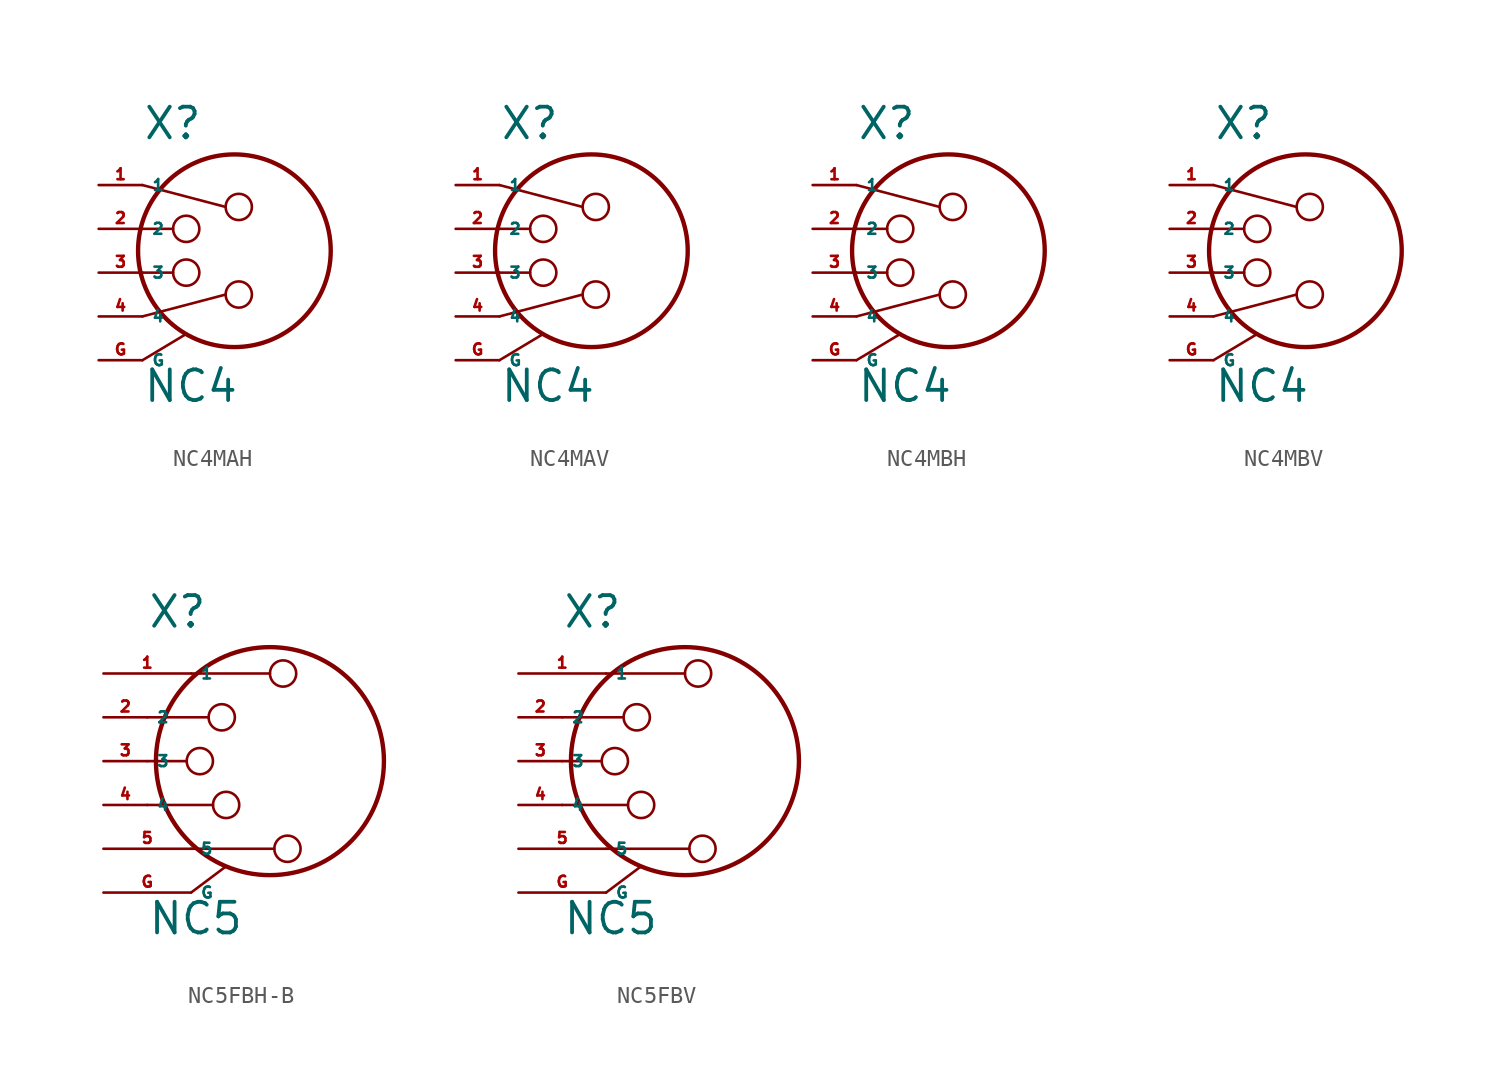
<source format=kicad_sym>
(kicad_symbol_lib
  (version 20220914)
  (generator Eagle2Kicad)
  (symbol "NC4MAH"
    (property "Reference" "X"
      (at -5.08 7.62 0)
      (effects (font (size 1.778 1.778) (thickness 0.22)) (justify left bottom)))
    (property "Value" "NC4"
      (at -5.08 -7.62 0)
      (effects (font (size 1.778 1.778) (thickness 0.22)) (justify left bottom)))
    (polyline
      (pts (xy -5.08 5.08) (xy -0.254 3.81))
      (stroke (width 0.152) (type default))
      (fill (type none)))
    (polyline
      (pts (xy -5.08 -2.54) (xy -0.254 -1.27))
      (stroke (width 0.152) (type default))
      (fill (type none)))
    (polyline
      (pts (xy -5.08 0) (xy -3.302 0))
      (stroke (width 0.152) (type default))
      (fill (type none)))
    (polyline
      (pts (xy -5.08 -5.08) (xy -2.54 -3.556))
      (stroke (width 0.152) (type default))
      (fill (type none)))
    (polyline
      (pts (xy -5.08 2.54) (xy -3.302 2.54))
      (stroke (width 0.152) (type default))
      (fill (type none)))
    (circle
      (center 0.254 1.27)
      (radius 5.588)
      (stroke (width 0.254) (type default))
      (fill (type none)))
    (circle
      (center -2.54 0)
      (radius 0.762)
      (stroke (width 0.152) (type default))
      (fill (type none)))
    (circle
      (center 0.508 3.81)
      (radius 0.762)
      (stroke (width 0.152) (type default))
      (fill (type none)))
    (circle
      (center 0.508 -1.27)
      (radius 0.762)
      (stroke (width 0.152) (type default))
      (fill (type none)))
    (circle
      (center -2.54 2.54)
      (radius 0.762)
      (stroke (width 0.152) (type default))
      (fill (type none)))
    (pin passive line
      (at -7.62 5.08 0)
      (length 2.54)
      (name "1" (effects (font (size 0.635 0.635) (thickness 0.08)) (justify left bottom)))
      (number "1" (effects (font (size 0.635 0.635) (thickness 0.08)) (justify left bottom))))
    (pin passive line
      (at -7.62 2.54 0)
      (length 2.54)
      (name "2" (effects (font (size 0.635 0.635) (thickness 0.08)) (justify left bottom)))
      (number "2" (effects (font (size 0.635 0.635) (thickness 0.08)) (justify left bottom))))
    (pin passive line
      (at -7.62 0 0)
      (length 2.54)
      (name "3" (effects (font (size 0.635 0.635) (thickness 0.08)) (justify left bottom)))
      (number "3" (effects (font (size 0.635 0.635) (thickness 0.08)) (justify left bottom))))
    (pin passive line
      (at -7.62 -5.08 0)
      (length 2.54)
      (name "G" (effects (font (size 0.635 0.635) (thickness 0.08)) (justify left bottom)))
      (number "G" (effects (font (size 0.635 0.635) (thickness 0.08)) (justify left bottom))))
    (pin passive line
      (at -7.62 -2.54 0)
      (length 2.54)
      (name "4" (effects (font (size 0.635 0.635) (thickness 0.08)) (justify left bottom)))
      (number "4" (effects (font (size 0.635 0.635) (thickness 0.08)) (justify left bottom)))))
  (symbol "NC4MAV"
    (property "Reference" "X"
      (at -5.08 7.62 0)
      (effects (font (size 1.778 1.778) (thickness 0.22)) (justify left bottom)))
    (property "Value" "NC4"
      (at -5.08 -7.62 0)
      (effects (font (size 1.778 1.778) (thickness 0.22)) (justify left bottom)))
    (polyline
      (pts (xy -5.08 5.08) (xy -0.254 3.81))
      (stroke (width 0.152) (type default))
      (fill (type none)))
    (polyline
      (pts (xy -5.08 -2.54) (xy -0.254 -1.27))
      (stroke (width 0.152) (type default))
      (fill (type none)))
    (polyline
      (pts (xy -5.08 0) (xy -3.302 0))
      (stroke (width 0.152) (type default))
      (fill (type none)))
    (polyline
      (pts (xy -5.08 -5.08) (xy -2.54 -3.556))
      (stroke (width 0.152) (type default))
      (fill (type none)))
    (polyline
      (pts (xy -5.08 2.54) (xy -3.302 2.54))
      (stroke (width 0.152) (type default))
      (fill (type none)))
    (circle
      (center 0.254 1.27)
      (radius 5.588)
      (stroke (width 0.254) (type default))
      (fill (type none)))
    (circle
      (center -2.54 0)
      (radius 0.762)
      (stroke (width 0.152) (type default))
      (fill (type none)))
    (circle
      (center 0.508 3.81)
      (radius 0.762)
      (stroke (width 0.152) (type default))
      (fill (type none)))
    (circle
      (center 0.508 -1.27)
      (radius 0.762)
      (stroke (width 0.152) (type default))
      (fill (type none)))
    (circle
      (center -2.54 2.54)
      (radius 0.762)
      (stroke (width 0.152) (type default))
      (fill (type none)))
    (pin passive line
      (at -7.62 5.08 0)
      (length 2.54)
      (name "1" (effects (font (size 0.635 0.635) (thickness 0.08)) (justify left bottom)))
      (number "1" (effects (font (size 0.635 0.635) (thickness 0.08)) (justify left bottom))))
    (pin passive line
      (at -7.62 2.54 0)
      (length 2.54)
      (name "2" (effects (font (size 0.635 0.635) (thickness 0.08)) (justify left bottom)))
      (number "2" (effects (font (size 0.635 0.635) (thickness 0.08)) (justify left bottom))))
    (pin passive line
      (at -7.62 0 0)
      (length 2.54)
      (name "3" (effects (font (size 0.635 0.635) (thickness 0.08)) (justify left bottom)))
      (number "3" (effects (font (size 0.635 0.635) (thickness 0.08)) (justify left bottom))))
    (pin passive line
      (at -7.62 -5.08 0)
      (length 2.54)
      (name "G" (effects (font (size 0.635 0.635) (thickness 0.08)) (justify left bottom)))
      (number "G" (effects (font (size 0.635 0.635) (thickness 0.08)) (justify left bottom))))
    (pin passive line
      (at -7.62 -2.54 0)
      (length 2.54)
      (name "4" (effects (font (size 0.635 0.635) (thickness 0.08)) (justify left bottom)))
      (number "4" (effects (font (size 0.635 0.635) (thickness 0.08)) (justify left bottom)))))
  (symbol "NC4MBH"
    (property "Reference" "X"
      (at -5.08 7.62 0)
      (effects (font (size 1.778 1.778) (thickness 0.22)) (justify left bottom)))
    (property "Value" "NC4"
      (at -5.08 -7.62 0)
      (effects (font (size 1.778 1.778) (thickness 0.22)) (justify left bottom)))
    (polyline
      (pts (xy -5.08 5.08) (xy -0.254 3.81))
      (stroke (width 0.152) (type default))
      (fill (type none)))
    (polyline
      (pts (xy -5.08 -2.54) (xy -0.254 -1.27))
      (stroke (width 0.152) (type default))
      (fill (type none)))
    (polyline
      (pts (xy -5.08 0) (xy -3.302 0))
      (stroke (width 0.152) (type default))
      (fill (type none)))
    (polyline
      (pts (xy -5.08 -5.08) (xy -2.54 -3.556))
      (stroke (width 0.152) (type default))
      (fill (type none)))
    (polyline
      (pts (xy -5.08 2.54) (xy -3.302 2.54))
      (stroke (width 0.152) (type default))
      (fill (type none)))
    (circle
      (center 0.254 1.27)
      (radius 5.588)
      (stroke (width 0.254) (type default))
      (fill (type none)))
    (circle
      (center -2.54 0)
      (radius 0.762)
      (stroke (width 0.152) (type default))
      (fill (type none)))
    (circle
      (center 0.508 3.81)
      (radius 0.762)
      (stroke (width 0.152) (type default))
      (fill (type none)))
    (circle
      (center 0.508 -1.27)
      (radius 0.762)
      (stroke (width 0.152) (type default))
      (fill (type none)))
    (circle
      (center -2.54 2.54)
      (radius 0.762)
      (stroke (width 0.152) (type default))
      (fill (type none)))
    (pin passive line
      (at -7.62 5.08 0)
      (length 2.54)
      (name "1" (effects (font (size 0.635 0.635) (thickness 0.08)) (justify left bottom)))
      (number "1" (effects (font (size 0.635 0.635) (thickness 0.08)) (justify left bottom))))
    (pin passive line
      (at -7.62 2.54 0)
      (length 2.54)
      (name "2" (effects (font (size 0.635 0.635) (thickness 0.08)) (justify left bottom)))
      (number "2" (effects (font (size 0.635 0.635) (thickness 0.08)) (justify left bottom))))
    (pin passive line
      (at -7.62 0 0)
      (length 2.54)
      (name "3" (effects (font (size 0.635 0.635) (thickness 0.08)) (justify left bottom)))
      (number "3" (effects (font (size 0.635 0.635) (thickness 0.08)) (justify left bottom))))
    (pin passive line
      (at -7.62 -5.08 0)
      (length 2.54)
      (name "G" (effects (font (size 0.635 0.635) (thickness 0.08)) (justify left bottom)))
      (number "G" (effects (font (size 0.635 0.635) (thickness 0.08)) (justify left bottom))))
    (pin passive line
      (at -7.62 -2.54 0)
      (length 2.54)
      (name "4" (effects (font (size 0.635 0.635) (thickness 0.08)) (justify left bottom)))
      (number "4" (effects (font (size 0.635 0.635) (thickness 0.08)) (justify left bottom)))))
  (symbol "NC4MBV"
    (property "Reference" "X"
      (at -5.08 7.62 0)
      (effects (font (size 1.778 1.778) (thickness 0.22)) (justify left bottom)))
    (property "Value" "NC4"
      (at -5.08 -7.62 0)
      (effects (font (size 1.778 1.778) (thickness 0.22)) (justify left bottom)))
    (polyline
      (pts (xy -5.08 5.08) (xy -0.254 3.81))
      (stroke (width 0.152) (type default))
      (fill (type none)))
    (polyline
      (pts (xy -5.08 -2.54) (xy -0.254 -1.27))
      (stroke (width 0.152) (type default))
      (fill (type none)))
    (polyline
      (pts (xy -5.08 0) (xy -3.302 0))
      (stroke (width 0.152) (type default))
      (fill (type none)))
    (polyline
      (pts (xy -5.08 -5.08) (xy -2.54 -3.556))
      (stroke (width 0.152) (type default))
      (fill (type none)))
    (polyline
      (pts (xy -5.08 2.54) (xy -3.302 2.54))
      (stroke (width 0.152) (type default))
      (fill (type none)))
    (circle
      (center 0.254 1.27)
      (radius 5.588)
      (stroke (width 0.254) (type default))
      (fill (type none)))
    (circle
      (center -2.54 0)
      (radius 0.762)
      (stroke (width 0.152) (type default))
      (fill (type none)))
    (circle
      (center 0.508 3.81)
      (radius 0.762)
      (stroke (width 0.152) (type default))
      (fill (type none)))
    (circle
      (center 0.508 -1.27)
      (radius 0.762)
      (stroke (width 0.152) (type default))
      (fill (type none)))
    (circle
      (center -2.54 2.54)
      (radius 0.762)
      (stroke (width 0.152) (type default))
      (fill (type none)))
    (pin passive line
      (at -7.62 5.08 0)
      (length 2.54)
      (name "1" (effects (font (size 0.635 0.635) (thickness 0.08)) (justify left bottom)))
      (number "1" (effects (font (size 0.635 0.635) (thickness 0.08)) (justify left bottom))))
    (pin passive line
      (at -7.62 2.54 0)
      (length 2.54)
      (name "2" (effects (font (size 0.635 0.635) (thickness 0.08)) (justify left bottom)))
      (number "2" (effects (font (size 0.635 0.635) (thickness 0.08)) (justify left bottom))))
    (pin passive line
      (at -7.62 0 0)
      (length 2.54)
      (name "3" (effects (font (size 0.635 0.635) (thickness 0.08)) (justify left bottom)))
      (number "3" (effects (font (size 0.635 0.635) (thickness 0.08)) (justify left bottom))))
    (pin passive line
      (at -7.62 -5.08 0)
      (length 2.54)
      (name "G" (effects (font (size 0.635 0.635) (thickness 0.08)) (justify left bottom)))
      (number "G" (effects (font (size 0.635 0.635) (thickness 0.08)) (justify left bottom))))
    (pin passive line
      (at -7.62 -2.54 0)
      (length 2.54)
      (name "4" (effects (font (size 0.635 0.635) (thickness 0.08)) (justify left bottom)))
      (number "4" (effects (font (size 0.635 0.635) (thickness 0.08)) (justify left bottom)))))
  (symbol "NC5FBH-B"
    (property "Reference" "X"
      (at -5.08 7.62 0)
      (effects (font (size 1.778 1.778) (thickness 0.22)) (justify left bottom)))
    (property "Value" "NC5"
      (at -5.08 -10.16 0)
      (effects (font (size 1.778 1.778) (thickness 0.22)) (justify left bottom)))
    (polyline
      (pts (xy -2.54 5.08) (xy 2.032 5.08))
      (stroke (width 0.152) (type default))
      (fill (type none)))
    (polyline
      (pts (xy -5.08 -2.54) (xy -1.27 -2.54))
      (stroke (width 0.152) (type default))
      (fill (type none)))
    (polyline
      (pts (xy -5.08 0) (xy -2.794 0))
      (stroke (width 0.152) (type default))
      (fill (type none)))
    (polyline
      (pts (xy -2.54 -7.62) (xy -0.508 -6.096))
      (stroke (width 0.152) (type default))
      (fill (type none)))
    (polyline
      (pts (xy -5.08 2.54) (xy -1.524 2.54))
      (stroke (width 0.152) (type default))
      (fill (type none)))
    (polyline
      (pts (xy -2.54 -5.08) (xy 2.286 -5.08))
      (stroke (width 0.152) (type default))
      (fill (type none)))
    (circle
      (center 2.032 0)
      (radius 6.609)
      (stroke (width 0.254) (type default))
      (fill (type none)))
    (circle
      (center -2.032 0)
      (radius 0.762)
      (stroke (width 0.152) (type default))
      (fill (type none)))
    (circle
      (center 2.794 5.08)
      (radius 0.762)
      (stroke (width 0.152) (type default))
      (fill (type none)))
    (circle
      (center -0.508 -2.54)
      (radius 0.762)
      (stroke (width 0.152) (type default))
      (fill (type none)))
    (circle
      (center -0.762 2.54)
      (radius 0.762)
      (stroke (width 0.152) (type default))
      (fill (type none)))
    (circle
      (center 3.048 -5.08)
      (radius 0.762)
      (stroke (width 0.152) (type default))
      (fill (type none)))
    (pin passive line
      (at -7.62 5.08 0)
      (length 5.08)
      (name "1" (effects (font (size 0.635 0.635) (thickness 0.08)) (justify left bottom)))
      (number "1" (effects (font (size 0.635 0.635) (thickness 0.08)) (justify left bottom))))
    (pin passive line
      (at -7.62 2.54 0)
      (length 2.54)
      (name "2" (effects (font (size 0.635 0.635) (thickness 0.08)) (justify left bottom)))
      (number "2" (effects (font (size 0.635 0.635) (thickness 0.08)) (justify left bottom))))
    (pin passive line
      (at -7.62 0 0)
      (length 2.54)
      (name "3" (effects (font (size 0.635 0.635) (thickness 0.08)) (justify left bottom)))
      (number "3" (effects (font (size 0.635 0.635) (thickness 0.08)) (justify left bottom))))
    (pin passive line
      (at -7.62 -7.62 0)
      (length 5.08)
      (name "G" (effects (font (size 0.635 0.635) (thickness 0.08)) (justify left bottom)))
      (number "G" (effects (font (size 0.635 0.635) (thickness 0.08)) (justify left bottom))))
    (pin passive line
      (at -7.62 -2.54 0)
      (length 2.54)
      (name "4" (effects (font (size 0.635 0.635) (thickness 0.08)) (justify left bottom)))
      (number "4" (effects (font (size 0.635 0.635) (thickness 0.08)) (justify left bottom))))
    (pin passive line
      (at -7.62 -5.08 0)
      (length 5.08)
      (name "5" (effects (font (size 0.635 0.635) (thickness 0.08)) (justify left bottom)))
      (number "5" (effects (font (size 0.635 0.635) (thickness 0.08)) (justify left bottom)))))
  (symbol "NC5FBV"
    (property "Reference" "X"
      (at -5.08 7.62 0)
      (effects (font (size 1.778 1.778) (thickness 0.22)) (justify left bottom)))
    (property "Value" "NC5"
      (at -5.08 -10.16 0)
      (effects (font (size 1.778 1.778) (thickness 0.22)) (justify left bottom)))
    (polyline
      (pts (xy -2.54 5.08) (xy 2.032 5.08))
      (stroke (width 0.152) (type default))
      (fill (type none)))
    (polyline
      (pts (xy -5.08 -2.54) (xy -1.27 -2.54))
      (stroke (width 0.152) (type default))
      (fill (type none)))
    (polyline
      (pts (xy -5.08 0) (xy -2.794 0))
      (stroke (width 0.152) (type default))
      (fill (type none)))
    (polyline
      (pts (xy -2.54 -7.62) (xy -0.508 -6.096))
      (stroke (width 0.152) (type default))
      (fill (type none)))
    (polyline
      (pts (xy -5.08 2.54) (xy -1.524 2.54))
      (stroke (width 0.152) (type default))
      (fill (type none)))
    (polyline
      (pts (xy -2.54 -5.08) (xy 2.286 -5.08))
      (stroke (width 0.152) (type default))
      (fill (type none)))
    (circle
      (center 2.032 0)
      (radius 6.609)
      (stroke (width 0.254) (type default))
      (fill (type none)))
    (circle
      (center -2.032 0)
      (radius 0.762)
      (stroke (width 0.152) (type default))
      (fill (type none)))
    (circle
      (center 2.794 5.08)
      (radius 0.762)
      (stroke (width 0.152) (type default))
      (fill (type none)))
    (circle
      (center -0.508 -2.54)
      (radius 0.762)
      (stroke (width 0.152) (type default))
      (fill (type none)))
    (circle
      (center -0.762 2.54)
      (radius 0.762)
      (stroke (width 0.152) (type default))
      (fill (type none)))
    (circle
      (center 3.048 -5.08)
      (radius 0.762)
      (stroke (width 0.152) (type default))
      (fill (type none)))
    (pin passive line
      (at -7.62 5.08 0)
      (length 5.08)
      (name "1" (effects (font (size 0.635 0.635) (thickness 0.08)) (justify left bottom)))
      (number "1" (effects (font (size 0.635 0.635) (thickness 0.08)) (justify left bottom))))
    (pin passive line
      (at -7.62 2.54 0)
      (length 2.54)
      (name "2" (effects (font (size 0.635 0.635) (thickness 0.08)) (justify left bottom)))
      (number "2" (effects (font (size 0.635 0.635) (thickness 0.08)) (justify left bottom))))
    (pin passive line
      (at -7.62 0 0)
      (length 2.54)
      (name "3" (effects (font (size 0.635 0.635) (thickness 0.08)) (justify left bottom)))
      (number "3" (effects (font (size 0.635 0.635) (thickness 0.08)) (justify left bottom))))
    (pin passive line
      (at -7.62 -7.62 0)
      (length 5.08)
      (name "G" (effects (font (size 0.635 0.635) (thickness 0.08)) (justify left bottom)))
      (number "G" (effects (font (size 0.635 0.635) (thickness 0.08)) (justify left bottom))))
    (pin passive line
      (at -7.62 -2.54 0)
      (length 2.54)
      (name "4" (effects (font (size 0.635 0.635) (thickness 0.08)) (justify left bottom)))
      (number "4" (effects (font (size 0.635 0.635) (thickness 0.08)) (justify left bottom))))
    (pin passive line
      (at -7.62 -5.08 0)
      (length 5.08)
      (name "5" (effects (font (size 0.635 0.635) (thickness 0.08)) (justify left bottom)))
      (number "5" (effects (font (size 0.635 0.635) (thickness 0.08)) (justify left bottom))))))
</source>
